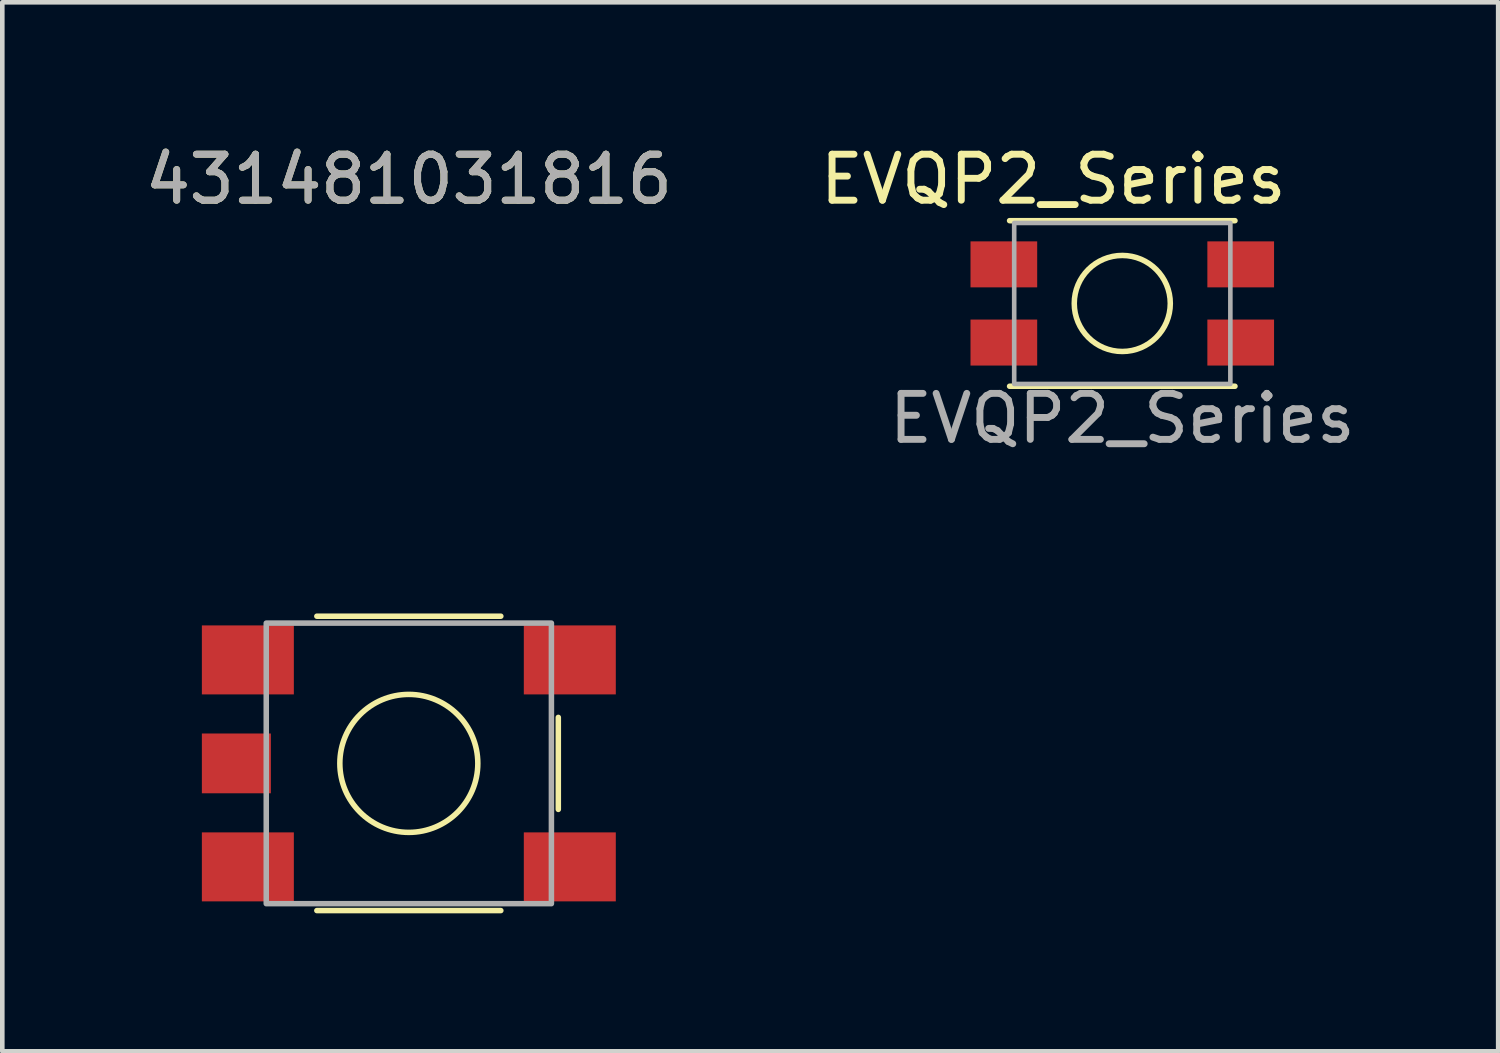
<source format=kicad_pcb>
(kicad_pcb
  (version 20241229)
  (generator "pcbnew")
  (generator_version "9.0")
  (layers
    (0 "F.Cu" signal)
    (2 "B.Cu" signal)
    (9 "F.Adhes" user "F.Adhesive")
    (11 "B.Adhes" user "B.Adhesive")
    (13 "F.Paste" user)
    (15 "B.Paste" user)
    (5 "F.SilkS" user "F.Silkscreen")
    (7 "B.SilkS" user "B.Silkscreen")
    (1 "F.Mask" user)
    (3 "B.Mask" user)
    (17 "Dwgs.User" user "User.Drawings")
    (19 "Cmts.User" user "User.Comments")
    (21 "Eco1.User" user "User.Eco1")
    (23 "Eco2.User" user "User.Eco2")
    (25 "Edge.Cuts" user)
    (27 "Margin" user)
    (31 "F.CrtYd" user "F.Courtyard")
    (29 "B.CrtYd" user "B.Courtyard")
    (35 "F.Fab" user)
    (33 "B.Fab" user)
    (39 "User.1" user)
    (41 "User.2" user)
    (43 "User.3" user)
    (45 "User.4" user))
  (footprint "EVQP2_Series"
    (layer "F.Cu")
    (at 21.351 3.548)
    (property "Reference" "EVQP2_Series" (at -1.5 -2.7 0) (unlocked yes) (layer "F.SilkS") (effects (font (size 1 1) (thickness 0.15))))
    (attr smd)
    (fp_line (start -2.45 -1.8) (end 2.45 -1.8) (stroke (width 0.12) (type solid)) (layer "F.SilkS"))
    (fp_line (start -2.45 1.8) (end 2.45 1.8) (stroke (width 0.12) (type solid)) (layer "F.SilkS"))
    (fp_circle (center 0 0) (end 1 0.3) (stroke (width 0.12) (type solid)) (fill no) (layer "F.SilkS"))
    (fp_rect (start -2.35 -1.75) (end 2.35 1.75) (stroke (width 0.1) (type solid)) (fill no) (layer "F.Fab"))
    (fp_text user "${REFERENCE}" (at 0 2.5 0) (unlocked yes) (layer "F.Fab") (effects (font (size 1 1) (thickness 0.15))))
    (pad "1" smd rect (at 2.575 -0.85) (size 1.45 1) (layers "F.Cu" "F.Mask" "F.Paste"))
    (pad "2" smd rect (at 2.575 0.85) (size 1.45 1) (layers "F.Cu" "F.Mask" "F.Paste"))
    (pad "3" smd rect (at -2.575 -0.85) (size 1.45 1) (layers "F.Cu" "F.Mask" "F.Paste"))
    (pad "4" smd rect (at -2.575 0.85) (size 1.45 1) (layers "F.Cu" "F.Mask" "F.Paste")))
  (footprint "431481031816"
    (layer "F.Cu")
    (at 5.839 13.548)
    (property "Reference" "431481031816" (at 0 -12.7 0) (unlocked yes) (layer "F.SilkS") (effects (font (size 1 1) (thickness 0.15))))
    (attr smd)
    (fp_line (start -2 -3.2) (end 2 -3.2) (stroke (width 0.12) (type solid)) (layer "F.SilkS"))
    (fp_line (start -2 3.2) (end 2 3.2) (stroke (width 0.12) (type solid)) (layer "F.SilkS"))
    (fp_line (start 3.25 -1) (end 3.25 1) (stroke (width 0.12) (type solid)) (layer "F.SilkS"))
    (fp_circle (center 0 0) (end 1.5 0) (stroke (width 0.12) (type solid)) (fill no) (layer "F.SilkS"))
    (fp_rect (start -3.1 -3.05) (end 3.1 3.05) (stroke (width 0.12) (type solid)) (fill no) (layer "F.Fab"))
    (fp_text user "${REFERENCE}" (at 0 -12.7 0) (unlocked yes) (layer "F.Fab") (effects (font (size 1 1) (thickness 0.15))))
    (pad "1" smd rect (at 3.5 2.25) (size 2 1.5) (layers "F.Cu" "F.Mask" "F.Paste"))
    (pad "2" smd rect (at -3.5 2.25) (size 2 1.5) (layers "F.Cu" "F.Mask" "F.Paste"))
    (pad "3" smd rect (at 3.5 -2.25) (size 2 1.5) (layers "F.Cu" "F.Mask" "F.Paste"))
    (pad "4" smd rect (at -3.5 -2.25) (size 2 1.5) (layers "F.Cu" "F.Mask" "F.Paste"))
    (pad "GND" smd rect (at -3.75 0) (size 1.5 1.3) (layers "F.Cu" "F.Mask" "F.Paste")))
  (gr_rect
    (start -3 -3)
    (end 29.524 19.808)
    (stroke (width 0.1) (type default))
    (fill no)
    (layer "Edge.Cuts")))
</source>
